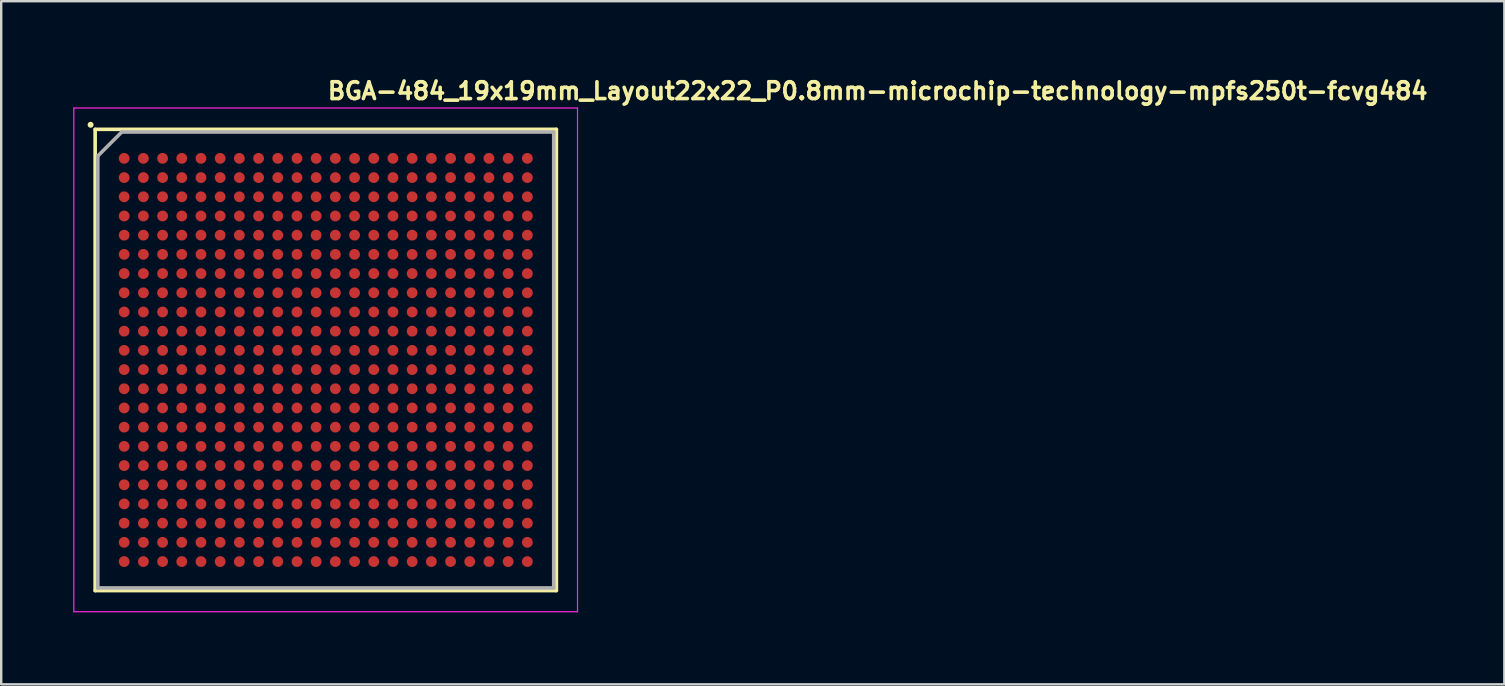
<source format=kicad_pcb>
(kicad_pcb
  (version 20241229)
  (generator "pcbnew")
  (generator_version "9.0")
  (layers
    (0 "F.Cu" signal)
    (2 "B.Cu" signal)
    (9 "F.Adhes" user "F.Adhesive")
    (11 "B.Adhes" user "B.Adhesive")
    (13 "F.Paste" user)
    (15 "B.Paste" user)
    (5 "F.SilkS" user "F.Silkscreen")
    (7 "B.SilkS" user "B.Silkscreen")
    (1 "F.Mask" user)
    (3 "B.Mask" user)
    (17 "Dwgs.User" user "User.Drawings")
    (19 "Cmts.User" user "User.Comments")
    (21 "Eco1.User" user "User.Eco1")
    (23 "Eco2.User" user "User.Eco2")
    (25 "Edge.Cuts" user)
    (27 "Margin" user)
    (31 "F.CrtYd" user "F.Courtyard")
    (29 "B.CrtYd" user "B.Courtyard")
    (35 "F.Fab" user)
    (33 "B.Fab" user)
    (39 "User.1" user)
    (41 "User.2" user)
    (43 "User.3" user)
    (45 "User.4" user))
  (footprint "BGA-484_19x19mm_Layout22x22_P0.8mm-microchip-technology-mpfs250t-fcvg484"
    (layer "F.Cu")
    (at 10.525 11.95)
    (property "Reference" "BGA-484_19x19mm_Layout22x22_P0.8mm-microchip-technology-mpfs250t-fcvg484" (at 0 -10.8 0) (layer "F.SilkS") (effects (font (size 0.7 0.7) (thickness 0.15)) (justify left bottom)))
    (attr smd)
    (fp_line (start -9.61 -9.61) (end 9.609 -9.61) (stroke (width 0.15) (type solid)) (layer "F.SilkS"))
    (fp_line (start -9.61 9.61) (end -9.61 -9.61) (stroke (width 0.15) (type solid)) (layer "F.SilkS"))
    (fp_line (start 9.609 -9.61) (end 9.609 9.609) (stroke (width 0.15) (type solid)) (layer "F.SilkS"))
    (fp_line (start 9.609 9.609) (end -9.61 9.609) (stroke (width 0.15) (type solid)) (layer "F.SilkS"))
    (fp_circle (center -9.8 -9.8) (end -9.75 -9.8) (stroke (width 0.15) (type solid)) (fill yes) (layer "F.SilkS"))
    (fp_line (start -10.5 -10.5) (end -10.5 10.49) (stroke (width 0.05) (type solid)) (layer "F.CrtYd"))
    (fp_line (start -10.5 10.49) (end 10.49 10.49) (stroke (width 0.05) (type solid)) (layer "F.CrtYd"))
    (fp_line (start 10.49 -10.5) (end -10.5 -10.5) (stroke (width 0.05) (type solid)) (layer "F.CrtYd"))
    (fp_line (start 10.49 10.49) (end 10.49 -10.5) (stroke (width 0.05) (type solid)) (layer "F.CrtYd"))
    (fp_line (start -9.5 -8.5) (end -8.5 -9.5) (stroke (width 0.15) (type solid)) (layer "F.Fab"))
    (fp_line (start -9.5 9.499) (end -9.5 -8.5) (stroke (width 0.15) (type solid)) (layer "F.Fab"))
    (fp_line (start -8.5 -9.5) (end 9.499 -9.5) (stroke (width 0.15) (type solid)) (layer "F.Fab"))
    (fp_line (start 9.499 -9.5) (end 9.499 9.499) (stroke (width 0.15) (type solid)) (layer "F.Fab"))
    (fp_line (start 9.499 9.499) (end -9.5 9.499) (stroke (width 0.15) (type solid)) (layer "F.Fab"))
    (fp_line (start -9.5 -9.5) (end -9.5 9.5) (stroke (width 0.1) (type solid)) (layer "User.9"))
    (fp_line (start -9.5 9.5) (end 9.5 9.5) (stroke (width 0.1) (type solid)) (layer "User.9"))
    (fp_line (start -8.075 -7.6) (end -8.071 -7.539) (stroke (width 0.1) (type solid)) (layer "User.9"))
    (fp_line (start -8.071 -7.661) (end -8.075 -7.6) (stroke (width 0.1) (type solid)) (layer "User.9"))
    (fp_line (start -8.071 -7.539) (end -8.059 -7.48) (stroke (width 0.1) (type solid)) (layer "User.9"))
    (fp_line (start -8.059 -7.72) (end -8.071 -7.661) (stroke (width 0.1) (type solid)) (layer "User.9"))
    (fp_line (start -8.059 -7.48) (end -8.04 -7.422) (stroke (width 0.1) (type solid)) (layer "User.9"))
    (fp_line (start -8.04 -7.778) (end -8.059 -7.72) (stroke (width 0.1) (type solid)) (layer "User.9"))
    (fp_line (start -8.04 -7.422) (end -8.014 -7.367) (stroke (width 0.1) (type solid)) (layer "User.9"))
    (fp_line (start -8.014 -7.833) (end -8.04 -7.778) (stroke (width 0.1) (type solid)) (layer "User.9"))
    (fp_line (start -8.014 -7.367) (end -7.981 -7.316) (stroke (width 0.1) (type solid)) (layer "User.9"))
    (fp_line (start -7.981 -7.884) (end -8.014 -7.833) (stroke (width 0.1) (type solid)) (layer "User.9"))
    (fp_line (start -7.981 -7.316) (end -7.941 -7.27) (stroke (width 0.1) (type solid)) (layer "User.9"))
    (fp_line (start -7.941 -7.93) (end -7.981 -7.884) (stroke (width 0.1) (type solid)) (layer "User.9"))
    (fp_line (start -7.941 -7.27) (end -7.896 -7.229) (stroke (width 0.1) (type solid)) (layer "User.9"))
    (fp_line (start -7.896 -7.971) (end -7.941 -7.93) (stroke (width 0.1) (type solid)) (layer "User.9"))
    (fp_line (start -7.896 -7.229) (end -7.846 -7.194) (stroke (width 0.1) (type solid)) (layer "User.9"))
    (fp_line (start -7.846 -8.006) (end -7.896 -7.971) (stroke (width 0.1) (type solid)) (layer "User.9"))
    (fp_line (start -7.846 -7.194) (end -7.792 -7.166) (stroke (width 0.1) (type solid)) (layer "User.9"))
    (fp_line (start -7.792 -8.034) (end -7.846 -8.006) (stroke (width 0.1) (type solid)) (layer "User.9"))
    (fp_line (start -7.792 -7.166) (end -7.735 -7.145) (stroke (width 0.1) (type solid)) (layer "User.9"))
    (fp_line (start -7.735 -8.055) (end -7.792 -8.034) (stroke (width 0.1) (type solid)) (layer "User.9"))
    (fp_line (start -7.735 -7.145) (end -7.676 -7.131) (stroke (width 0.1) (type solid)) (layer "User.9"))
    (fp_line (start -7.676 -8.069) (end -7.735 -8.055) (stroke (width 0.1) (type solid)) (layer "User.9"))
    (fp_line (start -7.676 -7.131) (end -7.615 -7.125) (stroke (width 0.1) (type solid)) (layer "User.9"))
    (fp_line (start -7.615 -8.075) (end -7.676 -8.069) (stroke (width 0.1) (type solid)) (layer "User.9"))
    (fp_line (start -7.615 -7.125) (end -7.554 -7.127) (stroke (width 0.1) (type solid)) (layer "User.9"))
    (fp_line (start -7.554 -8.073) (end -7.615 -8.075) (stroke (width 0.1) (type solid)) (layer "User.9"))
    (fp_line (start -7.554 -7.127) (end -7.494 -7.137) (stroke (width 0.1) (type solid)) (layer "User.9"))
    (fp_line (start -7.494 -8.063) (end -7.554 -8.073) (stroke (width 0.1) (type solid)) (layer "User.9"))
    (fp_line (start -7.494 -7.137) (end -7.436 -7.154) (stroke (width 0.1) (type solid)) (layer "User.9"))
    (fp_line (start -7.436 -8.046) (end -7.494 -8.063) (stroke (width 0.1) (type solid)) (layer "User.9"))
    (fp_line (start -7.436 -7.154) (end -7.38 -7.179) (stroke (width 0.1) (type solid)) (layer "User.9"))
    (fp_line (start -7.38 -8.021) (end -7.436 -8.046) (stroke (width 0.1) (type solid)) (layer "User.9"))
    (fp_line (start -7.38 -7.179) (end -7.328 -7.21) (stroke (width 0.1) (type solid)) (layer "User.9"))
    (fp_line (start -7.328 -7.99) (end -7.38 -8.021) (stroke (width 0.1) (type solid)) (layer "User.9"))
    (fp_line (start -7.328 -7.21) (end -7.281 -7.248) (stroke (width 0.1) (type solid)) (layer "User.9"))
    (fp_line (start -7.281 -7.952) (end -7.328 -7.99) (stroke (width 0.1) (type solid)) (layer "User.9"))
    (fp_line (start -7.281 -7.248) (end -7.238 -7.292) (stroke (width 0.1) (type solid)) (layer "User.9"))
    (fp_line (start -7.238 -7.908) (end -7.281 -7.952) (stroke (width 0.1) (type solid)) (layer "User.9"))
    (fp_line (start -7.238 -7.292) (end -7.202 -7.341) (stroke (width 0.1) (type solid)) (layer "User.9"))
    (fp_line (start -7.202 -7.859) (end -7.238 -7.908) (stroke (width 0.1) (type solid)) (layer "User.9"))
    (fp_line (start -7.202 -7.341) (end -7.172 -7.394) (stroke (width 0.1) (type solid)) (layer "User.9"))
    (fp_line (start -7.172 -7.806) (end -7.202 -7.859) (stroke (width 0.1) (type solid)) (layer "User.9"))
    (fp_line (start -7.172 -7.394) (end -7.149 -7.45) (stroke (width 0.1) (type solid)) (layer "User.9"))
    (fp_line (start -7.149 -7.75) (end -7.172 -7.806) (stroke (width 0.1) (type solid)) (layer "User.9"))
    (fp_line (start -7.149 -7.45) (end -7.134 -7.509) (stroke (width 0.1) (type solid)) (layer "User.9"))
    (fp_line (start -7.134 -7.691) (end -7.149 -7.75) (stroke (width 0.1) (type solid)) (layer "User.9"))
    (fp_line (start -7.134 -7.509) (end -7.126 -7.57) (stroke (width 0.1) (type solid)) (layer "User.9"))
    (fp_line (start -7.126 -7.63) (end -7.134 -7.691) (stroke (width 0.1) (type solid)) (layer "User.9"))
    (fp_line (start -7.126 -7.57) (end -7.126 -7.63) (stroke (width 0.1) (type solid)) (layer "User.9"))
    (fp_line (start 9.5 -9.5) (end -9.5 -9.5) (stroke (width 0.1) (type solid)) (layer "User.9"))
    (fp_line (start 9.5 9.5) (end 9.5 -9.5) (stroke (width 0.1) (type solid)) (layer "User.9"))
    (pad "A1" smd circle (at -8.401 -8.401) (size 0.45 0.45) (layers "F.Cu" "F.Mask" "F.Paste"))
    (pad "A2" smd circle (at -7.6 -8.401) (size 0.45 0.45) (layers "F.Cu" "F.Mask" "F.Paste"))
    (pad "A3" smd circle (at -6.8 -8.401) (size 0.45 0.45) (layers "F.Cu" "F.Mask" "F.Paste"))
    (pad "A4" smd circle (at -6 -8.401) (size 0.45 0.45) (layers "F.Cu" "F.Mask" "F.Paste"))
    (pad "A5" smd circle (at -5.201 -8.401) (size 0.45 0.45) (layers "F.Cu" "F.Mask" "F.Paste"))
    (pad "A6" smd circle (at -4.401 -8.401) (size 0.45 0.45) (layers "F.Cu" "F.Mask" "F.Paste"))
    (pad "A7" smd circle (at -3.601 -8.401) (size 0.45 0.45) (layers "F.Cu" "F.Mask" "F.Paste"))
    (pad "A8" smd circle (at -2.8 -8.401) (size 0.45 0.45) (layers "F.Cu" "F.Mask" "F.Paste"))
    (pad "A9" smd circle (at -2 -8.401) (size 0.45 0.45) (layers "F.Cu" "F.Mask" "F.Paste"))
    (pad "A10" smd circle (at -1.2 -8.401) (size 0.45 0.45) (layers "F.Cu" "F.Mask" "F.Paste"))
    (pad "A11" smd circle (at -0.401 -8.401) (size 0.45 0.45) (layers "F.Cu" "F.Mask" "F.Paste"))
    (pad "A12" smd circle (at 0.4 -8.401) (size 0.45 0.45) (layers "F.Cu" "F.Mask" "F.Paste"))
    (pad "A13" smd circle (at 1.199 -8.401) (size 0.45 0.45) (layers "F.Cu" "F.Mask" "F.Paste"))
    (pad "A14" smd circle (at 1.999 -8.401) (size 0.45 0.45) (layers "F.Cu" "F.Mask" "F.Paste"))
    (pad "A15" smd circle (at 2.799 -8.401) (size 0.45 0.45) (layers "F.Cu" "F.Mask" "F.Paste"))
    (pad "A16" smd circle (at 3.6 -8.401) (size 0.45 0.45) (layers "F.Cu" "F.Mask" "F.Paste"))
    (pad "A17" smd circle (at 4.4 -8.401) (size 0.45 0.45) (layers "F.Cu" "F.Mask" "F.Paste"))
    (pad "A18" smd circle (at 5.2 -8.401) (size 0.45 0.45) (layers "F.Cu" "F.Mask" "F.Paste"))
    (pad "A19" smd circle (at 5.999 -8.401) (size 0.45 0.45) (layers "F.Cu" "F.Mask" "F.Paste"))
    (pad "A20" smd circle (at 6.799 -8.401) (size 0.45 0.45) (layers "F.Cu" "F.Mask" "F.Paste"))
    (pad "A21" smd circle (at 7.599 -8.401) (size 0.45 0.45) (layers "F.Cu" "F.Mask" "F.Paste"))
    (pad "A22" smd circle (at 8.4 -8.401) (size 0.45 0.45) (layers "F.Cu" "F.Mask" "F.Paste"))
    (pad "AA1" smd circle (at -8.401 7.599) (size 0.45 0.45) (layers "F.Cu" "F.Mask" "F.Paste"))
    (pad "AA2" smd circle (at -7.6 7.599) (size 0.45 0.45) (layers "F.Cu" "F.Mask" "F.Paste"))
    (pad "AA3" smd circle (at -6.8 7.599) (size 0.45 0.45) (layers "F.Cu" "F.Mask" "F.Paste"))
    (pad "AA4" smd circle (at -6 7.599) (size 0.45 0.45) (layers "F.Cu" "F.Mask" "F.Paste"))
    (pad "AA5" smd circle (at -5.201 7.599) (size 0.45 0.45) (layers "F.Cu" "F.Mask" "F.Paste"))
    (pad "AA6" smd circle (at -4.401 7.599) (size 0.45 0.45) (layers "F.Cu" "F.Mask" "F.Paste"))
    (pad "AA7" smd circle (at -3.601 7.599) (size 0.45 0.45) (layers "F.Cu" "F.Mask" "F.Paste"))
    (pad "AA8" smd circle (at -2.8 7.599) (size 0.45 0.45) (layers "F.Cu" "F.Mask" "F.Paste"))
    (pad "AA9" smd circle (at -2 7.599) (size 0.45 0.45) (layers "F.Cu" "F.Mask" "F.Paste"))
    (pad "AA10" smd circle (at -1.2 7.599) (size 0.45 0.45) (layers "F.Cu" "F.Mask" "F.Paste"))
    (pad "AA11" smd circle (at -0.401 7.599) (size 0.45 0.45) (layers "F.Cu" "F.Mask" "F.Paste"))
    (pad "AA12" smd circle (at 0.4 7.599) (size 0.45 0.45) (layers "F.Cu" "F.Mask" "F.Paste"))
    (pad "AA13" smd circle (at 1.199 7.599) (size 0.45 0.45) (layers "F.Cu" "F.Mask" "F.Paste"))
    (pad "AA14" smd circle (at 1.999 7.599) (size 0.45 0.45) (layers "F.Cu" "F.Mask" "F.Paste"))
    (pad "AA15" smd circle (at 2.799 7.599) (size 0.45 0.45) (layers "F.Cu" "F.Mask" "F.Paste"))
    (pad "AA16" smd circle (at 3.6 7.599) (size 0.45 0.45) (layers "F.Cu" "F.Mask" "F.Paste"))
    (pad "AA17" smd circle (at 4.4 7.599) (size 0.45 0.45) (layers "F.Cu" "F.Mask" "F.Paste"))
    (pad "AA18" smd circle (at 5.2 7.599) (size 0.45 0.45) (layers "F.Cu" "F.Mask" "F.Paste"))
    (pad "AA19" smd circle (at 5.999 7.599) (size 0.45 0.45) (layers "F.Cu" "F.Mask" "F.Paste"))
    (pad "AA20" smd circle (at 6.799 7.599) (size 0.45 0.45) (layers "F.Cu" "F.Mask" "F.Paste"))
    (pad "AA21" smd circle (at 7.599 7.599) (size 0.45 0.45) (layers "F.Cu" "F.Mask" "F.Paste"))
    (pad "AA22" smd circle (at 8.4 7.599) (size 0.45 0.45) (layers "F.Cu" "F.Mask" "F.Paste"))
    (pad "AB1" smd circle (at -8.401 8.4) (size 0.45 0.45) (layers "F.Cu" "F.Mask" "F.Paste"))
    (pad "AB2" smd circle (at -7.6 8.4) (size 0.45 0.45) (layers "F.Cu" "F.Mask" "F.Paste"))
    (pad "AB3" smd circle (at -6.8 8.4) (size 0.45 0.45) (layers "F.Cu" "F.Mask" "F.Paste"))
    (pad "AB4" smd circle (at -6 8.4) (size 0.45 0.45) (layers "F.Cu" "F.Mask" "F.Paste"))
    (pad "AB5" smd circle (at -5.201 8.4) (size 0.45 0.45) (layers "F.Cu" "F.Mask" "F.Paste"))
    (pad "AB6" smd circle (at -4.401 8.4) (size 0.45 0.45) (layers "F.Cu" "F.Mask" "F.Paste"))
    (pad "AB7" smd circle (at -3.601 8.4) (size 0.45 0.45) (layers "F.Cu" "F.Mask" "F.Paste"))
    (pad "AB8" smd circle (at -2.8 8.4) (size 0.45 0.45) (layers "F.Cu" "F.Mask" "F.Paste"))
    (pad "AB9" smd circle (at -2 8.4) (size 0.45 0.45) (layers "F.Cu" "F.Mask" "F.Paste"))
    (pad "AB10" smd circle (at -1.2 8.4) (size 0.45 0.45) (layers "F.Cu" "F.Mask" "F.Paste"))
    (pad "AB11" smd circle (at -0.401 8.4) (size 0.45 0.45) (layers "F.Cu" "F.Mask" "F.Paste"))
    (pad "AB12" smd circle (at 0.4 8.4) (size 0.45 0.45) (layers "F.Cu" "F.Mask" "F.Paste"))
    (pad "AB13" smd circle (at 1.199 8.4) (size 0.45 0.45) (layers "F.Cu" "F.Mask" "F.Paste"))
    (pad "AB14" smd circle (at 1.999 8.4) (size 0.45 0.45) (layers "F.Cu" "F.Mask" "F.Paste"))
    (pad "AB15" smd circle (at 2.799 8.4) (size 0.45 0.45) (layers "F.Cu" "F.Mask" "F.Paste"))
    (pad "AB16" smd circle (at 3.6 8.4) (size 0.45 0.45) (layers "F.Cu" "F.Mask" "F.Paste"))
    (pad "AB17" smd circle (at 4.4 8.4) (size 0.45 0.45) (layers "F.Cu" "F.Mask" "F.Paste"))
    (pad "AB18" smd circle (at 5.2 8.4) (size 0.45 0.45) (layers "F.Cu" "F.Mask" "F.Paste"))
    (pad "AB19" smd circle (at 5.999 8.4) (size 0.45 0.45) (layers "F.Cu" "F.Mask" "F.Paste"))
    (pad "AB20" smd circle (at 6.799 8.4) (size 0.45 0.45) (layers "F.Cu" "F.Mask" "F.Paste"))
    (pad "AB21" smd circle (at 7.599 8.4) (size 0.45 0.45) (layers "F.Cu" "F.Mask" "F.Paste"))
    (pad "AB22" smd circle (at 8.4 8.4) (size 0.45 0.45) (layers "F.Cu" "F.Mask" "F.Paste"))
    (pad "B1" smd circle (at -8.401 -7.6) (size 0.45 0.45) (layers "F.Cu" "F.Mask" "F.Paste"))
    (pad "B2" smd circle (at -7.6 -7.6) (size 0.45 0.45) (layers "F.Cu" "F.Mask" "F.Paste"))
    (pad "B3" smd circle (at -6.8 -7.6) (size 0.45 0.45) (layers "F.Cu" "F.Mask" "F.Paste"))
    (pad "B4" smd circle (at -6 -7.6) (size 0.45 0.45) (layers "F.Cu" "F.Mask" "F.Paste"))
    (pad "B5" smd circle (at -5.201 -7.6) (size 0.45 0.45) (layers "F.Cu" "F.Mask" "F.Paste"))
    (pad "B6" smd circle (at -4.401 -7.6) (size 0.45 0.45) (layers "F.Cu" "F.Mask" "F.Paste"))
    (pad "B7" smd circle (at -3.601 -7.6) (size 0.45 0.45) (layers "F.Cu" "F.Mask" "F.Paste"))
    (pad "B8" smd circle (at -2.8 -7.6) (size 0.45 0.45) (layers "F.Cu" "F.Mask" "F.Paste"))
    (pad "B9" smd circle (at -2 -7.6) (size 0.45 0.45) (layers "F.Cu" "F.Mask" "F.Paste"))
    (pad "B10" smd circle (at -1.2 -7.6) (size 0.45 0.45) (layers "F.Cu" "F.Mask" "F.Paste"))
    (pad "B11" smd circle (at -0.401 -7.6) (size 0.45 0.45) (layers "F.Cu" "F.Mask" "F.Paste"))
    (pad "B12" smd circle (at 0.4 -7.6) (size 0.45 0.45) (layers "F.Cu" "F.Mask" "F.Paste"))
    (pad "B13" smd circle (at 1.199 -7.6) (size 0.45 0.45) (layers "F.Cu" "F.Mask" "F.Paste"))
    (pad "B14" smd circle (at 1.999 -7.6) (size 0.45 0.45) (layers "F.Cu" "F.Mask" "F.Paste"))
    (pad "B15" smd circle (at 2.799 -7.6) (size 0.45 0.45) (layers "F.Cu" "F.Mask" "F.Paste"))
    (pad "B16" smd circle (at 3.6 -7.6) (size 0.45 0.45) (layers "F.Cu" "F.Mask" "F.Paste"))
    (pad "B17" smd circle (at 4.4 -7.6) (size 0.45 0.45) (layers "F.Cu" "F.Mask" "F.Paste"))
    (pad "B18" smd circle (at 5.2 -7.6) (size 0.45 0.45) (layers "F.Cu" "F.Mask" "F.Paste"))
    (pad "B19" smd circle (at 5.999 -7.6) (size 0.45 0.45) (layers "F.Cu" "F.Mask" "F.Paste"))
    (pad "B20" smd circle (at 6.799 -7.6) (size 0.45 0.45) (layers "F.Cu" "F.Mask" "F.Paste"))
    (pad "B21" smd circle (at 7.599 -7.6) (size 0.45 0.45) (layers "F.Cu" "F.Mask" "F.Paste"))
    (pad "B22" smd circle (at 8.4 -7.6) (size 0.45 0.45) (layers "F.Cu" "F.Mask" "F.Paste"))
    (pad "C1" smd circle (at -8.401 -6.8) (size 0.45 0.45) (layers "F.Cu" "F.Mask" "F.Paste"))
    (pad "C2" smd circle (at -7.6 -6.8) (size 0.45 0.45) (layers "F.Cu" "F.Mask" "F.Paste"))
    (pad "C3" smd circle (at -6.8 -6.8) (size 0.45 0.45) (layers "F.Cu" "F.Mask" "F.Paste"))
    (pad "C4" smd circle (at -6 -6.8) (size 0.45 0.45) (layers "F.Cu" "F.Mask" "F.Paste"))
    (pad "C5" smd circle (at -5.201 -6.8) (size 0.45 0.45) (layers "F.Cu" "F.Mask" "F.Paste"))
    (pad "C6" smd circle (at -4.401 -6.8) (size 0.45 0.45) (layers "F.Cu" "F.Mask" "F.Paste"))
    (pad "C7" smd circle (at -3.601 -6.8) (size 0.45 0.45) (layers "F.Cu" "F.Mask" "F.Paste"))
    (pad "C8" smd circle (at -2.8 -6.8) (size 0.45 0.45) (layers "F.Cu" "F.Mask" "F.Paste"))
    (pad "C9" smd circle (at -2 -6.8) (size 0.45 0.45) (layers "F.Cu" "F.Mask" "F.Paste"))
    (pad "C10" smd circle (at -1.2 -6.8) (size 0.45 0.45) (layers "F.Cu" "F.Mask" "F.Paste"))
    (pad "C11" smd circle (at -0.401 -6.8) (size 0.45 0.45) (layers "F.Cu" "F.Mask" "F.Paste"))
    (pad "C12" smd circle (at 0.4 -6.8) (size 0.45 0.45) (layers "F.Cu" "F.Mask" "F.Paste"))
    (pad "C13" smd circle (at 1.199 -6.8) (size 0.45 0.45) (layers "F.Cu" "F.Mask" "F.Paste"))
    (pad "C14" smd circle (at 1.999 -6.8) (size 0.45 0.45) (layers "F.Cu" "F.Mask" "F.Paste"))
    (pad "C15" smd circle (at 2.799 -6.8) (size 0.45 0.45) (layers "F.Cu" "F.Mask" "F.Paste"))
    (pad "C16" smd circle (at 3.6 -6.8) (size 0.45 0.45) (layers "F.Cu" "F.Mask" "F.Paste"))
    (pad "C17" smd circle (at 4.4 -6.8) (size 0.45 0.45) (layers "F.Cu" "F.Mask" "F.Paste"))
    (pad "C18" smd circle (at 5.2 -6.8) (size 0.45 0.45) (layers "F.Cu" "F.Mask" "F.Paste"))
    (pad "C19" smd circle (at 5.999 -6.8) (size 0.45 0.45) (layers "F.Cu" "F.Mask" "F.Paste"))
    (pad "C20" smd circle (at 6.799 -6.8) (size 0.45 0.45) (layers "F.Cu" "F.Mask" "F.Paste"))
    (pad "C21" smd circle (at 7.599 -6.8) (size 0.45 0.45) (layers "F.Cu" "F.Mask" "F.Paste"))
    (pad "C22" smd circle (at 8.4 -6.8) (size 0.45 0.45) (layers "F.Cu" "F.Mask" "F.Paste"))
    (pad "D1" smd circle (at -8.401 -6) (size 0.45 0.45) (layers "F.Cu" "F.Mask" "F.Paste"))
    (pad "D2" smd circle (at -7.6 -6) (size 0.45 0.45) (layers "F.Cu" "F.Mask" "F.Paste"))
    (pad "D3" smd circle (at -6.8 -6) (size 0.45 0.45) (layers "F.Cu" "F.Mask" "F.Paste"))
    (pad "D4" smd circle (at -6 -6) (size 0.45 0.45) (layers "F.Cu" "F.Mask" "F.Paste"))
    (pad "D5" smd circle (at -5.201 -6) (size 0.45 0.45) (layers "F.Cu" "F.Mask" "F.Paste"))
    (pad "D6" smd circle (at -4.401 -6) (size 0.45 0.45) (layers "F.Cu" "F.Mask" "F.Paste"))
    (pad "D7" smd circle (at -3.601 -6) (size 0.45 0.45) (layers "F.Cu" "F.Mask" "F.Paste"))
    (pad "D8" smd circle (at -2.8 -6) (size 0.45 0.45) (layers "F.Cu" "F.Mask" "F.Paste"))
    (pad "D9" smd circle (at -2 -6) (size 0.45 0.45) (layers "F.Cu" "F.Mask" "F.Paste"))
    (pad "D10" smd circle (at -1.2 -6) (size 0.45 0.45) (layers "F.Cu" "F.Mask" "F.Paste"))
    (pad "D11" smd circle (at -0.401 -6) (size 0.45 0.45) (layers "F.Cu" "F.Mask" "F.Paste"))
    (pad "D12" smd circle (at 0.4 -6) (size 0.45 0.45) (layers "F.Cu" "F.Mask" "F.Paste"))
    (pad "D13" smd circle (at 1.199 -6) (size 0.45 0.45) (layers "F.Cu" "F.Mask" "F.Paste"))
    (pad "D14" smd circle (at 1.999 -6) (size 0.45 0.45) (layers "F.Cu" "F.Mask" "F.Paste"))
    (pad "D15" smd circle (at 2.799 -6) (size 0.45 0.45) (layers "F.Cu" "F.Mask" "F.Paste"))
    (pad "D16" smd circle (at 3.6 -6) (size 0.45 0.45) (layers "F.Cu" "F.Mask" "F.Paste"))
    (pad "D17" smd circle (at 4.4 -6) (size 0.45 0.45) (layers "F.Cu" "F.Mask" "F.Paste"))
    (pad "D18" smd circle (at 5.2 -6) (size 0.45 0.45) (layers "F.Cu" "F.Mask" "F.Paste"))
    (pad "D19" smd circle (at 5.999 -6) (size 0.45 0.45) (layers "F.Cu" "F.Mask" "F.Paste"))
    (pad "D20" smd circle (at 6.799 -6) (size 0.45 0.45) (layers "F.Cu" "F.Mask" "F.Paste"))
    (pad "D21" smd circle (at 7.599 -6) (size 0.45 0.45) (layers "F.Cu" "F.Mask" "F.Paste"))
    (pad "D22" smd circle (at 8.4 -6) (size 0.45 0.45) (layers "F.Cu" "F.Mask" "F.Paste"))
    (pad "E1" smd circle (at -8.401 -5.201) (size 0.45 0.45) (layers "F.Cu" "F.Mask" "F.Paste"))
    (pad "E2" smd circle (at -7.6 -5.201) (size 0.45 0.45) (layers "F.Cu" "F.Mask" "F.Paste"))
    (pad "E3" smd circle (at -6.8 -5.201) (size 0.45 0.45) (layers "F.Cu" "F.Mask" "F.Paste"))
    (pad "E4" smd circle (at -6 -5.201) (size 0.45 0.45) (layers "F.Cu" "F.Mask" "F.Paste"))
    (pad "E5" smd circle (at -5.201 -5.201) (size 0.45 0.45) (layers "F.Cu" "F.Mask" "F.Paste"))
    (pad "E6" smd circle (at -4.401 -5.201) (size 0.45 0.45) (layers "F.Cu" "F.Mask" "F.Paste"))
    (pad "E7" smd circle (at -3.601 -5.201) (size 0.45 0.45) (layers "F.Cu" "F.Mask" "F.Paste"))
    (pad "E8" smd circle (at -2.8 -5.201) (size 0.45 0.45) (layers "F.Cu" "F.Mask" "F.Paste"))
    (pad "E9" smd circle (at -2 -5.201) (size 0.45 0.45) (layers "F.Cu" "F.Mask" "F.Paste"))
    (pad "E10" smd circle (at -1.2 -5.201) (size 0.45 0.45) (layers "F.Cu" "F.Mask" "F.Paste"))
    (pad "E11" smd circle (at -0.401 -5.201) (size 0.45 0.45) (layers "F.Cu" "F.Mask" "F.Paste"))
    (pad "E12" smd circle (at 0.4 -5.201) (size 0.45 0.45) (layers "F.Cu" "F.Mask" "F.Paste"))
    (pad "E13" smd circle (at 1.199 -5.201) (size 0.45 0.45) (layers "F.Cu" "F.Mask" "F.Paste"))
    (pad "E14" smd circle (at 1.999 -5.201) (size 0.45 0.45) (layers "F.Cu" "F.Mask" "F.Paste"))
    (pad "E15" smd circle (at 2.799 -5.201) (size 0.45 0.45) (layers "F.Cu" "F.Mask" "F.Paste"))
    (pad "E16" smd circle (at 3.6 -5.201) (size 0.45 0.45) (layers "F.Cu" "F.Mask" "F.Paste"))
    (pad "E17" smd circle (at 4.4 -5.201) (size 0.45 0.45) (layers "F.Cu" "F.Mask" "F.Paste"))
    (pad "E18" smd circle (at 5.2 -5.201) (size 0.45 0.45) (layers "F.Cu" "F.Mask" "F.Paste"))
    (pad "E19" smd circle (at 5.999 -5.201) (size 0.45 0.45) (layers "F.Cu" "F.Mask" "F.Paste"))
    (pad "E20" smd circle (at 6.799 -5.201) (size 0.45 0.45) (layers "F.Cu" "F.Mask" "F.Paste"))
    (pad "E21" smd circle (at 7.599 -5.201) (size 0.45 0.45) (layers "F.Cu" "F.Mask" "F.Paste"))
    (pad "E22" smd circle (at 8.4 -5.201) (size 0.45 0.45) (layers "F.Cu" "F.Mask" "F.Paste"))
    (pad "F1" smd circle (at -8.401 -4.401) (size 0.45 0.45) (layers "F.Cu" "F.Mask" "F.Paste"))
    (pad "F2" smd circle (at -7.6 -4.401) (size 0.45 0.45) (layers "F.Cu" "F.Mask" "F.Paste"))
    (pad "F3" smd circle (at -6.8 -4.401) (size 0.45 0.45) (layers "F.Cu" "F.Mask" "F.Paste"))
    (pad "F4" smd circle (at -6 -4.401) (size 0.45 0.45) (layers "F.Cu" "F.Mask" "F.Paste"))
    (pad "F5" smd circle (at -5.201 -4.401) (size 0.45 0.45) (layers "F.Cu" "F.Mask" "F.Paste"))
    (pad "F6" smd circle (at -4.401 -4.401) (size 0.45 0.45) (layers "F.Cu" "F.Mask" "F.Paste"))
    (pad "F7" smd circle (at -3.601 -4.401) (size 0.45 0.45) (layers "F.Cu" "F.Mask" "F.Paste"))
    (pad "F8" smd circle (at -2.8 -4.401) (size 0.45 0.45) (layers "F.Cu" "F.Mask" "F.Paste"))
    (pad "F9" smd circle (at -2 -4.401) (size 0.45 0.45) (layers "F.Cu" "F.Mask" "F.Paste"))
    (pad "F10" smd circle (at -1.2 -4.401) (size 0.45 0.45) (layers "F.Cu" "F.Mask" "F.Paste"))
    (pad "F11" smd circle (at -0.401 -4.401) (size 0.45 0.45) (layers "F.Cu" "F.Mask" "F.Paste"))
    (pad "F12" smd circle (at 0.4 -4.401) (size 0.45 0.45) (layers "F.Cu" "F.Mask" "F.Paste"))
    (pad "F13" smd circle (at 1.199 -4.401) (size 0.45 0.45) (layers "F.Cu" "F.Mask" "F.Paste"))
    (pad "F14" smd circle (at 1.999 -4.401) (size 0.45 0.45) (layers "F.Cu" "F.Mask" "F.Paste"))
    (pad "F15" smd circle (at 2.799 -4.401) (size 0.45 0.45) (layers "F.Cu" "F.Mask" "F.Paste"))
    (pad "F16" smd circle (at 3.6 -4.401) (size 0.45 0.45) (layers "F.Cu" "F.Mask" "F.Paste"))
    (pad "F17" smd circle (at 4.4 -4.401) (size 0.45 0.45) (layers "F.Cu" "F.Mask" "F.Paste"))
    (pad "F18" smd circle (at 5.2 -4.401) (size 0.45 0.45) (layers "F.Cu" "F.Mask" "F.Paste"))
    (pad "F19" smd circle (at 5.999 -4.401) (size 0.45 0.45) (layers "F.Cu" "F.Mask" "F.Paste"))
    (pad "F20" smd circle (at 6.799 -4.401) (size 0.45 0.45) (layers "F.Cu" "F.Mask" "F.Paste"))
    (pad "F21" smd circle (at 7.599 -4.401) (size 0.45 0.45) (layers "F.Cu" "F.Mask" "F.Paste"))
    (pad "F22" smd circle (at 8.4 -4.401) (size 0.45 0.45) (layers "F.Cu" "F.Mask" "F.Paste"))
    (pad "G1" smd circle (at -8.401 -3.601) (size 0.45 0.45) (layers "F.Cu" "F.Mask" "F.Paste"))
    (pad "G2" smd circle (at -7.6 -3.601) (size 0.45 0.45) (layers "F.Cu" "F.Mask" "F.Paste"))
    (pad "G3" smd circle (at -6.8 -3.601) (size 0.45 0.45) (layers "F.Cu" "F.Mask" "F.Paste"))
    (pad "G4" smd circle (at -6 -3.601) (size 0.45 0.45) (layers "F.Cu" "F.Mask" "F.Paste"))
    (pad "G5" smd circle (at -5.201 -3.601) (size 0.45 0.45) (layers "F.Cu" "F.Mask" "F.Paste"))
    (pad "G6" smd circle (at -4.401 -3.601) (size 0.45 0.45) (layers "F.Cu" "F.Mask" "F.Paste"))
    (pad "G7" smd circle (at -3.601 -3.601) (size 0.45 0.45) (layers "F.Cu" "F.Mask" "F.Paste"))
    (pad "G8" smd circle (at -2.8 -3.601) (size 0.45 0.45) (layers "F.Cu" "F.Mask" "F.Paste"))
    (pad "G9" smd circle (at -2 -3.601) (size 0.45 0.45) (layers "F.Cu" "F.Mask" "F.Paste"))
    (pad "G10" smd circle (at -1.2 -3.601) (size 0.45 0.45) (layers "F.Cu" "F.Mask" "F.Paste"))
    (pad "G11" smd circle (at -0.401 -3.601) (size 0.45 0.45) (layers "F.Cu" "F.Mask" "F.Paste"))
    (pad "G12" smd circle (at 0.4 -3.601) (size 0.45 0.45) (layers "F.Cu" "F.Mask" "F.Paste"))
    (pad "G13" smd circle (at 1.199 -3.601) (size 0.45 0.45) (layers "F.Cu" "F.Mask" "F.Paste"))
    (pad "G14" smd circle (at 1.999 -3.601) (size 0.45 0.45) (layers "F.Cu" "F.Mask" "F.Paste"))
    (pad "G15" smd circle (at 2.799 -3.601) (size 0.45 0.45) (layers "F.Cu" "F.Mask" "F.Paste"))
    (pad "G16" smd circle (at 3.6 -3.601) (size 0.45 0.45) (layers "F.Cu" "F.Mask" "F.Paste"))
    (pad "G17" smd circle (at 4.4 -3.601) (size 0.45 0.45) (layers "F.Cu" "F.Mask" "F.Paste"))
    (pad "G18" smd circle (at 5.2 -3.601) (size 0.45 0.45) (layers "F.Cu" "F.Mask" "F.Paste"))
    (pad "G19" smd circle (at 5.999 -3.601) (size 0.45 0.45) (layers "F.Cu" "F.Mask" "F.Paste"))
    (pad "G20" smd circle (at 6.799 -3.601) (size 0.45 0.45) (layers "F.Cu" "F.Mask" "F.Paste"))
    (pad "G21" smd circle (at 7.599 -3.601) (size 0.45 0.45) (layers "F.Cu" "F.Mask" "F.Paste"))
    (pad "G22" smd circle (at 8.4 -3.601) (size 0.45 0.45) (layers "F.Cu" "F.Mask" "F.Paste"))
    (pad "H1" smd circle (at -8.401 -2.8) (size 0.45 0.45) (layers "F.Cu" "F.Mask" "F.Paste"))
    (pad "H2" smd circle (at -7.6 -2.8) (size 0.45 0.45) (layers "F.Cu" "F.Mask" "F.Paste"))
    (pad "H3" smd circle (at -6.8 -2.8) (size 0.45 0.45) (layers "F.Cu" "F.Mask" "F.Paste"))
    (pad "H4" smd circle (at -6 -2.8) (size 0.45 0.45) (layers "F.Cu" "F.Mask" "F.Paste"))
    (pad "H5" smd circle (at -5.201 -2.8) (size 0.45 0.45) (layers "F.Cu" "F.Mask" "F.Paste"))
    (pad "H6" smd circle (at -4.401 -2.8) (size 0.45 0.45) (layers "F.Cu" "F.Mask" "F.Paste"))
    (pad "H7" smd circle (at -3.601 -2.8) (size 0.45 0.45) (layers "F.Cu" "F.Mask" "F.Paste"))
    (pad "H8" smd circle (at -2.8 -2.8) (size 0.45 0.45) (layers "F.Cu" "F.Mask" "F.Paste"))
    (pad "H9" smd circle (at -2 -2.8) (size 0.45 0.45) (layers "F.Cu" "F.Mask" "F.Paste"))
    (pad "H10" smd circle (at -1.2 -2.8) (size 0.45 0.45) (layers "F.Cu" "F.Mask" "F.Paste"))
    (pad "H11" smd circle (at -0.401 -2.8) (size 0.45 0.45) (layers "F.Cu" "F.Mask" "F.Paste"))
    (pad "H12" smd circle (at 0.4 -2.8) (size 0.45 0.45) (layers "F.Cu" "F.Mask" "F.Paste"))
    (pad "H13" smd circle (at 1.199 -2.8) (size 0.45 0.45) (layers "F.Cu" "F.Mask" "F.Paste"))
    (pad "H14" smd circle (at 1.999 -2.8) (size 0.45 0.45) (layers "F.Cu" "F.Mask" "F.Paste"))
    (pad "H15" smd circle (at 2.799 -2.8) (size 0.45 0.45) (layers "F.Cu" "F.Mask" "F.Paste"))
    (pad "H16" smd circle (at 3.6 -2.8) (size 0.45 0.45) (layers "F.Cu" "F.Mask" "F.Paste"))
    (pad "H17" smd circle (at 4.4 -2.8) (size 0.45 0.45) (layers "F.Cu" "F.Mask" "F.Paste"))
    (pad "H18" smd circle (at 5.2 -2.8) (size 0.45 0.45) (layers "F.Cu" "F.Mask" "F.Paste"))
    (pad "H19" smd circle (at 5.999 -2.8) (size 0.45 0.45) (layers "F.Cu" "F.Mask" "F.Paste"))
    (pad "H20" smd circle (at 6.799 -2.8) (size 0.45 0.45) (layers "F.Cu" "F.Mask" "F.Paste"))
    (pad "H21" smd circle (at 7.599 -2.8) (size 0.45 0.45) (layers "F.Cu" "F.Mask" "F.Paste"))
    (pad "H22" smd circle (at 8.4 -2.8) (size 0.45 0.45) (layers "F.Cu" "F.Mask" "F.Paste"))
    (pad "J1" smd circle (at -8.401 -2) (size 0.45 0.45) (layers "F.Cu" "F.Mask" "F.Paste"))
    (pad "J2" smd circle (at -7.6 -2) (size 0.45 0.45) (layers "F.Cu" "F.Mask" "F.Paste"))
    (pad "J3" smd circle (at -6.8 -2) (size 0.45 0.45) (layers "F.Cu" "F.Mask" "F.Paste"))
    (pad "J4" smd circle (at -6 -2) (size 0.45 0.45) (layers "F.Cu" "F.Mask" "F.Paste"))
    (pad "J5" smd circle (at -5.201 -2) (size 0.45 0.45) (layers "F.Cu" "F.Mask" "F.Paste"))
    (pad "J6" smd circle (at -4.401 -2) (size 0.45 0.45) (layers "F.Cu" "F.Mask" "F.Paste"))
    (pad "J7" smd circle (at -3.601 -2) (size 0.45 0.45) (layers "F.Cu" "F.Mask" "F.Paste"))
    (pad "J8" smd circle (at -2.8 -2) (size 0.45 0.45) (layers "F.Cu" "F.Mask" "F.Paste"))
    (pad "J9" smd circle (at -2 -2) (size 0.45 0.45) (layers "F.Cu" "F.Mask" "F.Paste"))
    (pad "J10" smd circle (at -1.2 -2) (size 0.45 0.45) (layers "F.Cu" "F.Mask" "F.Paste"))
    (pad "J11" smd circle (at -0.401 -2) (size 0.45 0.45) (layers "F.Cu" "F.Mask" "F.Paste"))
    (pad "J12" smd circle (at 0.4 -2) (size 0.45 0.45) (layers "F.Cu" "F.Mask" "F.Paste"))
    (pad "J13" smd circle (at 1.199 -2) (size 0.45 0.45) (layers "F.Cu" "F.Mask" "F.Paste"))
    (pad "J14" smd circle (at 1.999 -2) (size 0.45 0.45) (layers "F.Cu" "F.Mask" "F.Paste"))
    (pad "J15" smd circle (at 2.799 -2) (size 0.45 0.45) (layers "F.Cu" "F.Mask" "F.Paste"))
    (pad "J16" smd circle (at 3.6 -2) (size 0.45 0.45) (layers "F.Cu" "F.Mask" "F.Paste"))
    (pad "J17" smd circle (at 4.4 -2) (size 0.45 0.45) (layers "F.Cu" "F.Mask" "F.Paste"))
    (pad "J18" smd circle (at 5.2 -2) (size 0.45 0.45) (layers "F.Cu" "F.Mask" "F.Paste"))
    (pad "J19" smd circle (at 5.999 -2) (size 0.45 0.45) (layers "F.Cu" "F.Mask" "F.Paste"))
    (pad "J20" smd circle (at 6.799 -2) (size 0.45 0.45) (layers "F.Cu" "F.Mask" "F.Paste"))
    (pad "J21" smd circle (at 7.599 -2) (size 0.45 0.45) (layers "F.Cu" "F.Mask" "F.Paste"))
    (pad "J22" smd circle (at 8.4 -2) (size 0.45 0.45) (layers "F.Cu" "F.Mask" "F.Paste"))
    (pad "K1" smd circle (at -8.401 -1.2) (size 0.45 0.45) (layers "F.Cu" "F.Mask" "F.Paste"))
    (pad "K2" smd circle (at -7.6 -1.2) (size 0.45 0.45) (layers "F.Cu" "F.Mask" "F.Paste"))
    (pad "K3" smd circle (at -6.8 -1.2) (size 0.45 0.45) (layers "F.Cu" "F.Mask" "F.Paste"))
    (pad "K4" smd circle (at -6 -1.2) (size 0.45 0.45) (layers "F.Cu" "F.Mask" "F.Paste"))
    (pad "K5" smd circle (at -5.201 -1.2) (size 0.45 0.45) (layers "F.Cu" "F.Mask" "F.Paste"))
    (pad "K6" smd circle (at -4.401 -1.2) (size 0.45 0.45) (layers "F.Cu" "F.Mask" "F.Paste"))
    (pad "K7" smd circle (at -3.601 -1.2) (size 0.45 0.45) (layers "F.Cu" "F.Mask" "F.Paste"))
    (pad "K8" smd circle (at -2.8 -1.2) (size 0.45 0.45) (layers "F.Cu" "F.Mask" "F.Paste"))
    (pad "K9" smd circle (at -2 -1.2) (size 0.45 0.45) (layers "F.Cu" "F.Mask" "F.Paste"))
    (pad "K10" smd circle (at -1.2 -1.2) (size 0.45 0.45) (layers "F.Cu" "F.Mask" "F.Paste"))
    (pad "K11" smd circle (at -0.401 -1.2) (size 0.45 0.45) (layers "F.Cu" "F.Mask" "F.Paste"))
    (pad "K12" smd circle (at 0.4 -1.2) (size 0.45 0.45) (layers "F.Cu" "F.Mask" "F.Paste"))
    (pad "K13" smd circle (at 1.199 -1.2) (size 0.45 0.45) (layers "F.Cu" "F.Mask" "F.Paste"))
    (pad "K14" smd circle (at 1.999 -1.2) (size 0.45 0.45) (layers "F.Cu" "F.Mask" "F.Paste"))
    (pad "K15" smd circle (at 2.799 -1.2) (size 0.45 0.45) (layers "F.Cu" "F.Mask" "F.Paste"))
    (pad "K16" smd circle (at 3.6 -1.2) (size 0.45 0.45) (layers "F.Cu" "F.Mask" "F.Paste"))
    (pad "K17" smd circle (at 4.4 -1.2) (size 0.45 0.45) (layers "F.Cu" "F.Mask" "F.Paste"))
    (pad "K18" smd circle (at 5.2 -1.2) (size 0.45 0.45) (layers "F.Cu" "F.Mask" "F.Paste"))
    (pad "K19" smd circle (at 5.999 -1.2) (size 0.45 0.45) (layers "F.Cu" "F.Mask" "F.Paste"))
    (pad "K20" smd circle (at 6.799 -1.2) (size 0.45 0.45) (layers "F.Cu" "F.Mask" "F.Paste"))
    (pad "K21" smd circle (at 7.599 -1.2) (size 0.45 0.45) (layers "F.Cu" "F.Mask" "F.Paste"))
    (pad "K22" smd circle (at 8.4 -1.2) (size 0.45 0.45) (layers "F.Cu" "F.Mask" "F.Paste"))
    (pad "L1" smd circle (at -8.401 -0.401) (size 0.45 0.45) (layers "F.Cu" "F.Mask" "F.Paste"))
    (pad "L2" smd circle (at -7.6 -0.401) (size 0.45 0.45) (layers "F.Cu" "F.Mask" "F.Paste"))
    (pad "L3" smd circle (at -6.8 -0.401) (size 0.45 0.45) (layers "F.Cu" "F.Mask" "F.Paste"))
    (pad "L4" smd circle (at -6 -0.401) (size 0.45 0.45) (layers "F.Cu" "F.Mask" "F.Paste"))
    (pad "L5" smd circle (at -5.201 -0.401) (size 0.45 0.45) (layers "F.Cu" "F.Mask" "F.Paste"))
    (pad "L6" smd circle (at -4.401 -0.401) (size 0.45 0.45) (layers "F.Cu" "F.Mask" "F.Paste"))
    (pad "L7" smd circle (at -3.601 -0.401) (size 0.45 0.45) (layers "F.Cu" "F.Mask" "F.Paste"))
    (pad "L8" smd circle (at -2.8 -0.401) (size 0.45 0.45) (layers "F.Cu" "F.Mask" "F.Paste"))
    (pad "L9" smd circle (at -2 -0.401) (size 0.45 0.45) (layers "F.Cu" "F.Mask" "F.Paste"))
    (pad "L10" smd circle (at -1.2 -0.401) (size 0.45 0.45) (layers "F.Cu" "F.Mask" "F.Paste"))
    (pad "L11" smd circle (at -0.401 -0.401) (size 0.45 0.45) (layers "F.Cu" "F.Mask" "F.Paste"))
    (pad "L12" smd circle (at 0.4 -0.401) (size 0.45 0.45) (layers "F.Cu" "F.Mask" "F.Paste"))
    (pad "L13" smd circle (at 1.199 -0.401) (size 0.45 0.45) (layers "F.Cu" "F.Mask" "F.Paste"))
    (pad "L14" smd circle (at 1.999 -0.401) (size 0.45 0.45) (layers "F.Cu" "F.Mask" "F.Paste"))
    (pad "L15" smd circle (at 2.799 -0.401) (size 0.45 0.45) (layers "F.Cu" "F.Mask" "F.Paste"))
    (pad "L16" smd circle (at 3.6 -0.401) (size 0.45 0.45) (layers "F.Cu" "F.Mask" "F.Paste"))
    (pad "L17" smd circle (at 4.4 -0.401) (size 0.45 0.45) (layers "F.Cu" "F.Mask" "F.Paste"))
    (pad "L18" smd circle (at 5.2 -0.401) (size 0.45 0.45) (layers "F.Cu" "F.Mask" "F.Paste"))
    (pad "L19" smd circle (at 5.999 -0.401) (size 0.45 0.45) (layers "F.Cu" "F.Mask" "F.Paste"))
    (pad "L20" smd circle (at 6.799 -0.401) (size 0.45 0.45) (layers "F.Cu" "F.Mask" "F.Paste"))
    (pad "L21" smd circle (at 7.599 -0.401) (size 0.45 0.45) (layers "F.Cu" "F.Mask" "F.Paste"))
    (pad "L22" smd circle (at 8.4 -0.401) (size 0.45 0.45) (layers "F.Cu" "F.Mask" "F.Paste"))
    (pad "M1" smd circle (at -8.401 0.4) (size 0.45 0.45) (layers "F.Cu" "F.Mask" "F.Paste"))
    (pad "M2" smd circle (at -7.6 0.4) (size 0.45 0.45) (layers "F.Cu" "F.Mask" "F.Paste"))
    (pad "M3" smd circle (at -6.8 0.4) (size 0.45 0.45) (layers "F.Cu" "F.Mask" "F.Paste"))
    (pad "M4" smd circle (at -6 0.4) (size 0.45 0.45) (layers "F.Cu" "F.Mask" "F.Paste"))
    (pad "M5" smd circle (at -5.201 0.4) (size 0.45 0.45) (layers "F.Cu" "F.Mask" "F.Paste"))
    (pad "M6" smd circle (at -4.401 0.4) (size 0.45 0.45) (layers "F.Cu" "F.Mask" "F.Paste"))
    (pad "M7" smd circle (at -3.601 0.4) (size 0.45 0.45) (layers "F.Cu" "F.Mask" "F.Paste"))
    (pad "M8" smd circle (at -2.8 0.4) (size 0.45 0.45) (layers "F.Cu" "F.Mask" "F.Paste"))
    (pad "M9" smd circle (at -2 0.4) (size 0.45 0.45) (layers "F.Cu" "F.Mask" "F.Paste"))
    (pad "M10" smd circle (at -1.2 0.4) (size 0.45 0.45) (layers "F.Cu" "F.Mask" "F.Paste"))
    (pad "M11" smd circle (at -0.401 0.4) (size 0.45 0.45) (layers "F.Cu" "F.Mask" "F.Paste"))
    (pad "M12" smd circle (at 0.4 0.4) (size 0.45 0.45) (layers "F.Cu" "F.Mask" "F.Paste"))
    (pad "M13" smd circle (at 1.199 0.4) (size 0.45 0.45) (layers "F.Cu" "F.Mask" "F.Paste"))
    (pad "M14" smd circle (at 1.999 0.4) (size 0.45 0.45) (layers "F.Cu" "F.Mask" "F.Paste"))
    (pad "M15" smd circle (at 2.799 0.4) (size 0.45 0.45) (layers "F.Cu" "F.Mask" "F.Paste"))
    (pad "M16" smd circle (at 3.6 0.4) (size 0.45 0.45) (layers "F.Cu" "F.Mask" "F.Paste"))
    (pad "M17" smd circle (at 4.4 0.4) (size 0.45 0.45) (layers "F.Cu" "F.Mask" "F.Paste"))
    (pad "M18" smd circle (at 5.2 0.4) (size 0.45 0.45) (layers "F.Cu" "F.Mask" "F.Paste"))
    (pad "M19" smd circle (at 5.999 0.4) (size 0.45 0.45) (layers "F.Cu" "F.Mask" "F.Paste"))
    (pad "M20" smd circle (at 6.799 0.4) (size 0.45 0.45) (layers "F.Cu" "F.Mask" "F.Paste"))
    (pad "M21" smd circle (at 7.599 0.4) (size 0.45 0.45) (layers "F.Cu" "F.Mask" "F.Paste"))
    (pad "M22" smd circle (at 8.4 0.4) (size 0.45 0.45) (layers "F.Cu" "F.Mask" "F.Paste"))
    (pad "N1" smd circle (at -8.401 1.199) (size 0.45 0.45) (layers "F.Cu" "F.Mask" "F.Paste"))
    (pad "N2" smd circle (at -7.6 1.199) (size 0.45 0.45) (layers "F.Cu" "F.Mask" "F.Paste"))
    (pad "N3" smd circle (at -6.8 1.199) (size 0.45 0.45) (layers "F.Cu" "F.Mask" "F.Paste"))
    (pad "N4" smd circle (at -6 1.199) (size 0.45 0.45) (layers "F.Cu" "F.Mask" "F.Paste"))
    (pad "N5" smd circle (at -5.201 1.199) (size 0.45 0.45) (layers "F.Cu" "F.Mask" "F.Paste"))
    (pad "N6" smd circle (at -4.401 1.199) (size 0.45 0.45) (layers "F.Cu" "F.Mask" "F.Paste"))
    (pad "N7" smd circle (at -3.601 1.199) (size 0.45 0.45) (layers "F.Cu" "F.Mask" "F.Paste"))
    (pad "N8" smd circle (at -2.8 1.199) (size 0.45 0.45) (layers "F.Cu" "F.Mask" "F.Paste"))
    (pad "N9" smd circle (at -2 1.199) (size 0.45 0.45) (layers "F.Cu" "F.Mask" "F.Paste"))
    (pad "N10" smd circle (at -1.2 1.199) (size 0.45 0.45) (layers "F.Cu" "F.Mask" "F.Paste"))
    (pad "N11" smd circle (at -0.401 1.199) (size 0.45 0.45) (layers "F.Cu" "F.Mask" "F.Paste"))
    (pad "N12" smd circle (at 0.4 1.199) (size 0.45 0.45) (layers "F.Cu" "F.Mask" "F.Paste"))
    (pad "N13" smd circle (at 1.199 1.199) (size 0.45 0.45) (layers "F.Cu" "F.Mask" "F.Paste"))
    (pad "N14" smd circle (at 1.999 1.199) (size 0.45 0.45) (layers "F.Cu" "F.Mask" "F.Paste"))
    (pad "N15" smd circle (at 2.799 1.199) (size 0.45 0.45) (layers "F.Cu" "F.Mask" "F.Paste"))
    (pad "N16" smd circle (at 3.6 1.199) (size 0.45 0.45) (layers "F.Cu" "F.Mask" "F.Paste"))
    (pad "N17" smd circle (at 4.4 1.199) (size 0.45 0.45) (layers "F.Cu" "F.Mask" "F.Paste"))
    (pad "N18" smd circle (at 5.2 1.199) (size 0.45 0.45) (layers "F.Cu" "F.Mask" "F.Paste"))
    (pad "N19" smd circle (at 5.999 1.199) (size 0.45 0.45) (layers "F.Cu" "F.Mask" "F.Paste"))
    (pad "N20" smd circle (at 6.799 1.199) (size 0.45 0.45) (layers "F.Cu" "F.Mask" "F.Paste"))
    (pad "N21" smd circle (at 7.599 1.199) (size 0.45 0.45) (layers "F.Cu" "F.Mask" "F.Paste"))
    (pad "N22" smd circle (at 8.4 1.199) (size 0.45 0.45) (layers "F.Cu" "F.Mask" "F.Paste"))
    (pad "P1" smd circle (at -8.401 1.999) (size 0.45 0.45) (layers "F.Cu" "F.Mask" "F.Paste"))
    (pad "P2" smd circle (at -7.6 1.999) (size 0.45 0.45) (layers "F.Cu" "F.Mask" "F.Paste"))
    (pad "P3" smd circle (at -6.8 1.999) (size 0.45 0.45) (layers "F.Cu" "F.Mask" "F.Paste"))
    (pad "P4" smd circle (at -6 1.999) (size 0.45 0.45) (layers "F.Cu" "F.Mask" "F.Paste"))
    (pad "P5" smd circle (at -5.201 1.999) (size 0.45 0.45) (layers "F.Cu" "F.Mask" "F.Paste"))
    (pad "P6" smd circle (at -4.401 1.999) (size 0.45 0.45) (layers "F.Cu" "F.Mask" "F.Paste"))
    (pad "P7" smd circle (at -3.601 1.999) (size 0.45 0.45) (layers "F.Cu" "F.Mask" "F.Paste"))
    (pad "P8" smd circle (at -2.8 1.999) (size 0.45 0.45) (layers "F.Cu" "F.Mask" "F.Paste"))
    (pad "P9" smd circle (at -2 1.999) (size 0.45 0.45) (layers "F.Cu" "F.Mask" "F.Paste"))
    (pad "P10" smd circle (at -1.2 1.999) (size 0.45 0.45) (layers "F.Cu" "F.Mask" "F.Paste"))
    (pad "P11" smd circle (at -0.401 1.999) (size 0.45 0.45) (layers "F.Cu" "F.Mask" "F.Paste"))
    (pad "P12" smd circle (at 0.4 1.999) (size 0.45 0.45) (layers "F.Cu" "F.Mask" "F.Paste"))
    (pad "P13" smd circle (at 1.199 1.999) (size 0.45 0.45) (layers "F.Cu" "F.Mask" "F.Paste"))
    (pad "P14" smd circle (at 1.999 1.999) (size 0.45 0.45) (layers "F.Cu" "F.Mask" "F.Paste"))
    (pad "P15" smd circle (at 2.799 1.999) (size 0.45 0.45) (layers "F.Cu" "F.Mask" "F.Paste"))
    (pad "P16" smd circle (at 3.6 1.999) (size 0.45 0.45) (layers "F.Cu" "F.Mask" "F.Paste"))
    (pad "P17" smd circle (at 4.4 1.999) (size 0.45 0.45) (layers "F.Cu" "F.Mask" "F.Paste"))
    (pad "P18" smd circle (at 5.2 1.999) (size 0.45 0.45) (layers "F.Cu" "F.Mask" "F.Paste"))
    (pad "P19" smd circle (at 5.999 1.999) (size 0.45 0.45) (layers "F.Cu" "F.Mask" "F.Paste"))
    (pad "P20" smd circle (at 6.799 1.999) (size 0.45 0.45) (layers "F.Cu" "F.Mask" "F.Paste"))
    (pad "P21" smd circle (at 7.599 1.999) (size 0.45 0.45) (layers "F.Cu" "F.Mask" "F.Paste"))
    (pad "P22" smd circle (at 8.4 1.999) (size 0.45 0.45) (layers "F.Cu" "F.Mask" "F.Paste"))
    (pad "R1" smd circle (at -8.401 2.799) (size 0.45 0.45) (layers "F.Cu" "F.Mask" "F.Paste"))
    (pad "R2" smd circle (at -7.6 2.799) (size 0.45 0.45) (layers "F.Cu" "F.Mask" "F.Paste"))
    (pad "R3" smd circle (at -6.8 2.799) (size 0.45 0.45) (layers "F.Cu" "F.Mask" "F.Paste"))
    (pad "R4" smd circle (at -6 2.799) (size 0.45 0.45) (layers "F.Cu" "F.Mask" "F.Paste"))
    (pad "R5" smd circle (at -5.201 2.799) (size 0.45 0.45) (layers "F.Cu" "F.Mask" "F.Paste"))
    (pad "R6" smd circle (at -4.401 2.799) (size 0.45 0.45) (layers "F.Cu" "F.Mask" "F.Paste"))
    (pad "R7" smd circle (at -3.601 2.799) (size 0.45 0.45) (layers "F.Cu" "F.Mask" "F.Paste"))
    (pad "R8" smd circle (at -2.8 2.799) (size 0.45 0.45) (layers "F.Cu" "F.Mask" "F.Paste"))
    (pad "R9" smd circle (at -2 2.799) (size 0.45 0.45) (layers "F.Cu" "F.Mask" "F.Paste"))
    (pad "R10" smd circle (at -1.2 2.799) (size 0.45 0.45) (layers "F.Cu" "F.Mask" "F.Paste"))
    (pad "R11" smd circle (at -0.401 2.799) (size 0.45 0.45) (layers "F.Cu" "F.Mask" "F.Paste"))
    (pad "R12" smd circle (at 0.4 2.799) (size 0.45 0.45) (layers "F.Cu" "F.Mask" "F.Paste"))
    (pad "R13" smd circle (at 1.199 2.799) (size 0.45 0.45) (layers "F.Cu" "F.Mask" "F.Paste"))
    (pad "R14" smd circle (at 1.999 2.799) (size 0.45 0.45) (layers "F.Cu" "F.Mask" "F.Paste"))
    (pad "R15" smd circle (at 2.799 2.799) (size 0.45 0.45) (layers "F.Cu" "F.Mask" "F.Paste"))
    (pad "R16" smd circle (at 3.6 2.799) (size 0.45 0.45) (layers "F.Cu" "F.Mask" "F.Paste"))
    (pad "R17" smd circle (at 4.4 2.799) (size 0.45 0.45) (layers "F.Cu" "F.Mask" "F.Paste"))
    (pad "R18" smd circle (at 5.2 2.799) (size 0.45 0.45) (layers "F.Cu" "F.Mask" "F.Paste"))
    (pad "R19" smd circle (at 5.999 2.799) (size 0.45 0.45) (layers "F.Cu" "F.Mask" "F.Paste"))
    (pad "R20" smd circle (at 6.799 2.799) (size 0.45 0.45) (layers "F.Cu" "F.Mask" "F.Paste"))
    (pad "R21" smd circle (at 7.599 2.799) (size 0.45 0.45) (layers "F.Cu" "F.Mask" "F.Paste"))
    (pad "R22" smd circle (at 8.4 2.799) (size 0.45 0.45) (layers "F.Cu" "F.Mask" "F.Paste"))
    (pad "T1" smd circle (at -8.401 3.6) (size 0.45 0.45) (layers "F.Cu" "F.Mask" "F.Paste"))
    (pad "T2" smd circle (at -7.6 3.6) (size 0.45 0.45) (layers "F.Cu" "F.Mask" "F.Paste"))
    (pad "T3" smd circle (at -6.8 3.6) (size 0.45 0.45) (layers "F.Cu" "F.Mask" "F.Paste"))
    (pad "T4" smd circle (at -6 3.6) (size 0.45 0.45) (layers "F.Cu" "F.Mask" "F.Paste"))
    (pad "T5" smd circle (at -5.201 3.6) (size 0.45 0.45) (layers "F.Cu" "F.Mask" "F.Paste"))
    (pad "T6" smd circle (at -4.401 3.6) (size 0.45 0.45) (layers "F.Cu" "F.Mask" "F.Paste"))
    (pad "T7" smd circle (at -3.601 3.6) (size 0.45 0.45) (layers "F.Cu" "F.Mask" "F.Paste"))
    (pad "T8" smd circle (at -2.8 3.6) (size 0.45 0.45) (layers "F.Cu" "F.Mask" "F.Paste"))
    (pad "T9" smd circle (at -2 3.6) (size 0.45 0.45) (layers "F.Cu" "F.Mask" "F.Paste"))
    (pad "T10" smd circle (at -1.2 3.6) (size 0.45 0.45) (layers "F.Cu" "F.Mask" "F.Paste"))
    (pad "T11" smd circle (at -0.401 3.6) (size 0.45 0.45) (layers "F.Cu" "F.Mask" "F.Paste"))
    (pad "T12" smd circle (at 0.4 3.6) (size 0.45 0.45) (layers "F.Cu" "F.Mask" "F.Paste"))
    (pad "T13" smd circle (at 1.199 3.6) (size 0.45 0.45) (layers "F.Cu" "F.Mask" "F.Paste"))
    (pad "T14" smd circle (at 1.999 3.6) (size 0.45 0.45) (layers "F.Cu" "F.Mask" "F.Paste"))
    (pad "T15" smd circle (at 2.799 3.6) (size 0.45 0.45) (layers "F.Cu" "F.Mask" "F.Paste"))
    (pad "T16" smd circle (at 3.6 3.6) (size 0.45 0.45) (layers "F.Cu" "F.Mask" "F.Paste"))
    (pad "T17" smd circle (at 4.4 3.6) (size 0.45 0.45) (layers "F.Cu" "F.Mask" "F.Paste"))
    (pad "T18" smd circle (at 5.2 3.6) (size 0.45 0.45) (layers "F.Cu" "F.Mask" "F.Paste"))
    (pad "T19" smd circle (at 5.999 3.6) (size 0.45 0.45) (layers "F.Cu" "F.Mask" "F.Paste"))
    (pad "T20" smd circle (at 6.799 3.6) (size 0.45 0.45) (layers "F.Cu" "F.Mask" "F.Paste"))
    (pad "T21" smd circle (at 7.599 3.6) (size 0.45 0.45) (layers "F.Cu" "F.Mask" "F.Paste"))
    (pad "T22" smd circle (at 8.4 3.6) (size 0.45 0.45) (layers "F.Cu" "F.Mask" "F.Paste"))
    (pad "U1" smd circle (at -8.401 4.4) (size 0.45 0.45) (layers "F.Cu" "F.Mask" "F.Paste"))
    (pad "U2" smd circle (at -7.6 4.4) (size 0.45 0.45) (layers "F.Cu" "F.Mask" "F.Paste"))
    (pad "U3" smd circle (at -6.8 4.4) (size 0.45 0.45) (layers "F.Cu" "F.Mask" "F.Paste"))
    (pad "U4" smd circle (at -6 4.4) (size 0.45 0.45) (layers "F.Cu" "F.Mask" "F.Paste"))
    (pad "U5" smd circle (at -5.201 4.4) (size 0.45 0.45) (layers "F.Cu" "F.Mask" "F.Paste"))
    (pad "U6" smd circle (at -4.401 4.4) (size 0.45 0.45) (layers "F.Cu" "F.Mask" "F.Paste"))
    (pad "U7" smd circle (at -3.601 4.4) (size 0.45 0.45) (layers "F.Cu" "F.Mask" "F.Paste"))
    (pad "U8" smd circle (at -2.8 4.4) (size 0.45 0.45) (layers "F.Cu" "F.Mask" "F.Paste"))
    (pad "U9" smd circle (at -2 4.4) (size 0.45 0.45) (layers "F.Cu" "F.Mask" "F.Paste"))
    (pad "U10" smd circle (at -1.2 4.4) (size 0.45 0.45) (layers "F.Cu" "F.Mask" "F.Paste"))
    (pad "U11" smd circle (at -0.401 4.4) (size 0.45 0.45) (layers "F.Cu" "F.Mask" "F.Paste"))
    (pad "U12" smd circle (at 0.4 4.4) (size 0.45 0.45) (layers "F.Cu" "F.Mask" "F.Paste"))
    (pad "U13" smd circle (at 1.199 4.4) (size 0.45 0.45) (layers "F.Cu" "F.Mask" "F.Paste"))
    (pad "U14" smd circle (at 1.999 4.4) (size 0.45 0.45) (layers "F.Cu" "F.Mask" "F.Paste"))
    (pad "U15" smd circle (at 2.799 4.4) (size 0.45 0.45) (layers "F.Cu" "F.Mask" "F.Paste"))
    (pad "U16" smd circle (at 3.6 4.4) (size 0.45 0.45) (layers "F.Cu" "F.Mask" "F.Paste"))
    (pad "U17" smd circle (at 4.4 4.4) (size 0.45 0.45) (layers "F.Cu" "F.Mask" "F.Paste"))
    (pad "U18" smd circle (at 5.2 4.4) (size 0.45 0.45) (layers "F.Cu" "F.Mask" "F.Paste"))
    (pad "U19" smd circle (at 5.999 4.4) (size 0.45 0.45) (layers "F.Cu" "F.Mask" "F.Paste"))
    (pad "U20" smd circle (at 6.799 4.4) (size 0.45 0.45) (layers "F.Cu" "F.Mask" "F.Paste"))
    (pad "U21" smd circle (at 7.599 4.4) (size 0.45 0.45) (layers "F.Cu" "F.Mask" "F.Paste"))
    (pad "U22" smd circle (at 8.4 4.4) (size 0.45 0.45) (layers "F.Cu" "F.Mask" "F.Paste"))
    (pad "V1" smd circle (at -8.401 5.2) (size 0.45 0.45) (layers "F.Cu" "F.Mask" "F.Paste"))
    (pad "V2" smd circle (at -7.6 5.2) (size 0.45 0.45) (layers "F.Cu" "F.Mask" "F.Paste"))
    (pad "V3" smd circle (at -6.8 5.2) (size 0.45 0.45) (layers "F.Cu" "F.Mask" "F.Paste"))
    (pad "V4" smd circle (at -6 5.2) (size 0.45 0.45) (layers "F.Cu" "F.Mask" "F.Paste"))
    (pad "V5" smd circle (at -5.201 5.2) (size 0.45 0.45) (layers "F.Cu" "F.Mask" "F.Paste"))
    (pad "V6" smd circle (at -4.401 5.2) (size 0.45 0.45) (layers "F.Cu" "F.Mask" "F.Paste"))
    (pad "V7" smd circle (at -3.601 5.2) (size 0.45 0.45) (layers "F.Cu" "F.Mask" "F.Paste"))
    (pad "V8" smd circle (at -2.8 5.2) (size 0.45 0.45) (layers "F.Cu" "F.Mask" "F.Paste"))
    (pad "V9" smd circle (at -2 5.2) (size 0.45 0.45) (layers "F.Cu" "F.Mask" "F.Paste"))
    (pad "V10" smd circle (at -1.2 5.2) (size 0.45 0.45) (layers "F.Cu" "F.Mask" "F.Paste"))
    (pad "V11" smd circle (at -0.401 5.2) (size 0.45 0.45) (layers "F.Cu" "F.Mask" "F.Paste"))
    (pad "V12" smd circle (at 0.4 5.2) (size 0.45 0.45) (layers "F.Cu" "F.Mask" "F.Paste"))
    (pad "V13" smd circle (at 1.199 5.2) (size 0.45 0.45) (layers "F.Cu" "F.Mask" "F.Paste"))
    (pad "V14" smd circle (at 1.999 5.2) (size 0.45 0.45) (layers "F.Cu" "F.Mask" "F.Paste"))
    (pad "V15" smd circle (at 2.799 5.2) (size 0.45 0.45) (layers "F.Cu" "F.Mask" "F.Paste"))
    (pad "V16" smd circle (at 3.6 5.2) (size 0.45 0.45) (layers "F.Cu" "F.Mask" "F.Paste"))
    (pad "V17" smd circle (at 4.4 5.2) (size 0.45 0.45) (layers "F.Cu" "F.Mask" "F.Paste"))
    (pad "V18" smd circle (at 5.2 5.2) (size 0.45 0.45) (layers "F.Cu" "F.Mask" "F.Paste"))
    (pad "V19" smd circle (at 5.999 5.2) (size 0.45 0.45) (layers "F.Cu" "F.Mask" "F.Paste"))
    (pad "V20" smd circle (at 6.799 5.2) (size 0.45 0.45) (layers "F.Cu" "F.Mask" "F.Paste"))
    (pad "V21" smd circle (at 7.599 5.2) (size 0.45 0.45) (layers "F.Cu" "F.Mask" "F.Paste"))
    (pad "V22" smd circle (at 8.4 5.2) (size 0.45 0.45) (layers "F.Cu" "F.Mask" "F.Paste"))
    (pad "W1" smd circle (at -8.401 5.999) (size 0.45 0.45) (layers "F.Cu" "F.Mask" "F.Paste"))
    (pad "W2" smd circle (at -7.6 5.999) (size 0.45 0.45) (layers "F.Cu" "F.Mask" "F.Paste"))
    (pad "W3" smd circle (at -6.8 5.999) (size 0.45 0.45) (layers "F.Cu" "F.Mask" "F.Paste"))
    (pad "W4" smd circle (at -6 5.999) (size 0.45 0.45) (layers "F.Cu" "F.Mask" "F.Paste"))
    (pad "W5" smd circle (at -5.201 5.999) (size 0.45 0.45) (layers "F.Cu" "F.Mask" "F.Paste"))
    (pad "W6" smd circle (at -4.401 5.999) (size 0.45 0.45) (layers "F.Cu" "F.Mask" "F.Paste"))
    (pad "W7" smd circle (at -3.601 5.999) (size 0.45 0.45) (layers "F.Cu" "F.Mask" "F.Paste"))
    (pad "W8" smd circle (at -2.8 5.999) (size 0.45 0.45) (layers "F.Cu" "F.Mask" "F.Paste"))
    (pad "W9" smd circle (at -2 5.999) (size 0.45 0.45) (layers "F.Cu" "F.Mask" "F.Paste"))
    (pad "W10" smd circle (at -1.2 5.999) (size 0.45 0.45) (layers "F.Cu" "F.Mask" "F.Paste"))
    (pad "W11" smd circle (at -0.401 5.999) (size 0.45 0.45) (layers "F.Cu" "F.Mask" "F.Paste"))
    (pad "W12" smd circle (at 0.4 5.999) (size 0.45 0.45) (layers "F.Cu" "F.Mask" "F.Paste"))
    (pad "W13" smd circle (at 1.199 5.999) (size 0.45 0.45) (layers "F.Cu" "F.Mask" "F.Paste"))
    (pad "W14" smd circle (at 1.999 5.999) (size 0.45 0.45) (layers "F.Cu" "F.Mask" "F.Paste"))
    (pad "W15" smd circle (at 2.799 5.999) (size 0.45 0.45) (layers "F.Cu" "F.Mask" "F.Paste"))
    (pad "W16" smd circle (at 3.6 5.999) (size 0.45 0.45) (layers "F.Cu" "F.Mask" "F.Paste"))
    (pad "W17" smd circle (at 4.4 5.999) (size 0.45 0.45) (layers "F.Cu" "F.Mask" "F.Paste"))
    (pad "W18" smd circle (at 5.2 5.999) (size 0.45 0.45) (layers "F.Cu" "F.Mask" "F.Paste"))
    (pad "W19" smd circle (at 5.999 5.999) (size 0.45 0.45) (layers "F.Cu" "F.Mask" "F.Paste"))
    (pad "W20" smd circle (at 6.799 5.999) (size 0.45 0.45) (layers "F.Cu" "F.Mask" "F.Paste"))
    (pad "W21" smd circle (at 7.599 5.999) (size 0.45 0.45) (layers "F.Cu" "F.Mask" "F.Paste"))
    (pad "W22" smd circle (at 8.4 5.999) (size 0.45 0.45) (layers "F.Cu" "F.Mask" "F.Paste"))
    (pad "Y1" smd circle (at -8.401 6.799) (size 0.45 0.45) (layers "F.Cu" "F.Mask" "F.Paste"))
    (pad "Y2" smd circle (at -7.6 6.799) (size 0.45 0.45) (layers "F.Cu" "F.Mask" "F.Paste"))
    (pad "Y3" smd circle (at -6.8 6.799) (size 0.45 0.45) (layers "F.Cu" "F.Mask" "F.Paste"))
    (pad "Y4" smd circle (at -6 6.799) (size 0.45 0.45) (layers "F.Cu" "F.Mask" "F.Paste"))
    (pad "Y5" smd circle (at -5.201 6.799) (size 0.45 0.45) (layers "F.Cu" "F.Mask" "F.Paste"))
    (pad "Y6" smd circle (at -4.401 6.799) (size 0.45 0.45) (layers "F.Cu" "F.Mask" "F.Paste"))
    (pad "Y7" smd circle (at -3.601 6.799) (size 0.45 0.45) (layers "F.Cu" "F.Mask" "F.Paste"))
    (pad "Y8" smd circle (at -2.8 6.799) (size 0.45 0.45) (layers "F.Cu" "F.Mask" "F.Paste"))
    (pad "Y9" smd circle (at -2 6.799) (size 0.45 0.45) (layers "F.Cu" "F.Mask" "F.Paste"))
    (pad "Y10" smd circle (at -1.2 6.799) (size 0.45 0.45) (layers "F.Cu" "F.Mask" "F.Paste"))
    (pad "Y11" smd circle (at -0.401 6.799) (size 0.45 0.45) (layers "F.Cu" "F.Mask" "F.Paste"))
    (pad "Y12" smd circle (at 0.4 6.799) (size 0.45 0.45) (layers "F.Cu" "F.Mask" "F.Paste"))
    (pad "Y13" smd circle (at 1.199 6.799) (size 0.45 0.45) (layers "F.Cu" "F.Mask" "F.Paste"))
    (pad "Y14" smd circle (at 1.999 6.799) (size 0.45 0.45) (layers "F.Cu" "F.Mask" "F.Paste"))
    (pad "Y15" smd circle (at 2.799 6.799) (size 0.45 0.45) (layers "F.Cu" "F.Mask" "F.Paste"))
    (pad "Y16" smd circle (at 3.6 6.799) (size 0.45 0.45) (layers "F.Cu" "F.Mask" "F.Paste"))
    (pad "Y17" smd circle (at 4.4 6.799) (size 0.45 0.45) (layers "F.Cu" "F.Mask" "F.Paste"))
    (pad "Y18" smd circle (at 5.2 6.799) (size 0.45 0.45) (layers "F.Cu" "F.Mask" "F.Paste"))
    (pad "Y19" smd circle (at 5.999 6.799) (size 0.45 0.45) (layers "F.Cu" "F.Mask" "F.Paste"))
    (pad "Y20" smd circle (at 6.799 6.799) (size 0.45 0.45) (layers "F.Cu" "F.Mask" "F.Paste"))
    (pad "Y21" smd circle (at 7.599 6.799) (size 0.45 0.45) (layers "F.Cu" "F.Mask" "F.Paste"))
    (pad "Y22" smd circle (at 8.4 6.799) (size 0.45 0.45) (layers "F.Cu" "F.Mask" "F.Paste")))
  (gr_rect
    (start -3 -3)
    (end 59.635 25.465)
    (stroke (width 0.1) (type default))
    (fill no)
    (layer "Edge.Cuts")))
</source>
